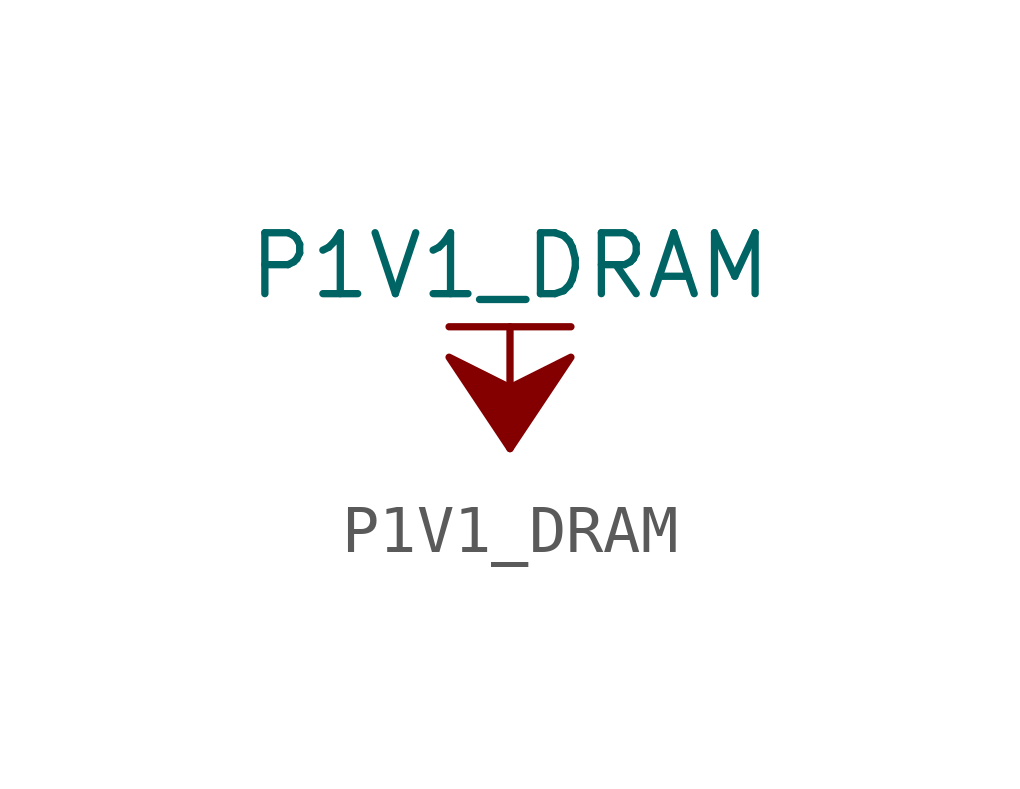
<source format=kicad_sym>
(kicad_symbol_lib
  (version 20211014)
  (generator kicad_symbol_editor)
  (symbol "P1V1_DRAM"
    (power)
    (pin_names
      (offset 0))
    (property "Reference" "#PWR"
      (at 0 -3.81 0)
      (effects (font (size 1.27 1.27)) hide))
    (property "Value" "P1V1_DRAM"
      (at 0 3.81 0)
      (effects (font (size 1.27 1.27))))
    (symbol "P1V1_DRAM_0_1"
      (polyline (pts (xy -1.27 2.54) (xy 1.27 2.54)) (stroke (width 0.152) (type default) (color 0 0 0 0)) (fill (type none)))
      (polyline (pts (xy 0 0) (xy 0 2.54)) (stroke (width 0.152) (type default) (color 0 0 0 0)) (fill (type none)))
      (polyline (pts (xy 0 0) (xy 1.27 1.905) (xy 0 1.27) (xy -1.27 1.905) (xy 0 0)) (stroke (width 0.152) (type default) (color 0 0 0 0)) (fill (type outline))))
    (symbol "P1V1_DRAM_1_1"
      (pin power_in line (at 0 0 90) (length 0) hide (name "P1V1_DRAM" (effects (font (size 1.27 1.27)))) (number "1" (effects (font (size 1.27 1.27))))))))
</source>
